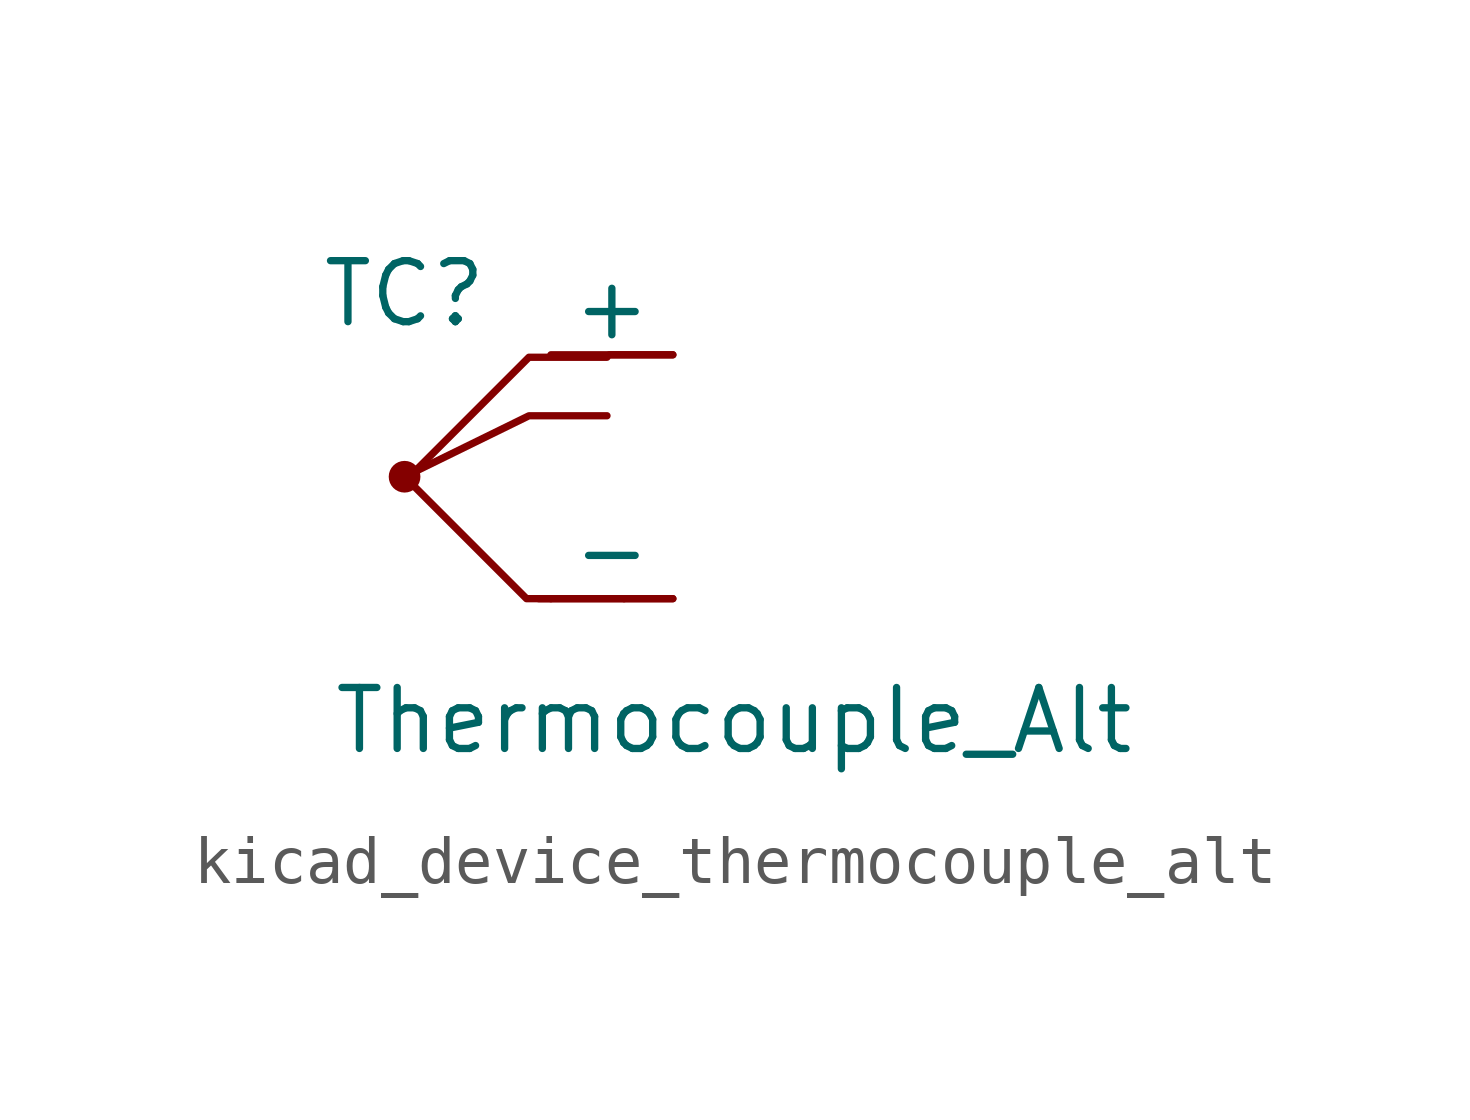
<source format=kicad_sym>
(kicad_symbol_lib
  (version 20220914)
  (generator kicad_symbol_editor)
  (symbol "kicad_device_thermocouple_alt"
    (pin_numbers hide)
    (pin_names
      (offset 0))
    (property "Reference" "TC"
      (at -3.048 3.81 0)
      (effects (font (size 1.27 1.27))))
    (property "Value" "Thermocouple_Alt"
      (at -4.572 -5.08 0)
      (effects (font (size 1.27 1.27)) (justify left)))
    (symbol "kicad_device_thermocouple_alt_0_1"
      (circle (center -3.048 0) (radius 0.254) (stroke (width 0) (type default)) (fill (type outline)))
      (polyline (pts (xy 0 -2.54) (xy -0.254 -2.54)) (stroke (width 0) (type default)) (fill (type none)))
      (polyline (pts (xy 1.219 2.54) (xy 2.54 2.54)) (stroke (width 0) (type default)) (fill (type none)))
      (polyline (pts (xy 1.524 -2.54) (xy 2.54 -2.54)) (stroke (width 0) (type default)) (fill (type none)))
      (polyline (pts (xy 1.168 1.27) (xy -0.457 1.27) (xy -3.048 0)) (stroke (width 0) (type default)) (fill (type none)))
      (polyline (pts (xy 1.168 2.489) (xy -0.457 2.489) (xy -2.997 -0.051)) (stroke (width 0) (type default)) (fill (type none)))
      (polyline (pts (xy 1.524 -2.54) (xy -0.508 -2.54) (xy -3.048 0)) (stroke (width 0) (type default)) (fill (type none))))
    (symbol "kicad_device_thermocouple_alt_1_1"
      (pin passive line (at 2.54 2.54 180) (length 2.54) (name "+" (effects (font (size 1.27 1.27)))) (number "1" (effects (font (size 1.27 1.27)))))
      (pin passive line (at 2.54 -2.54 180) (length 2.54) (name "-" (effects (font (size 1.27 1.27)))) (number "2" (effects (font (size 1.27 1.27))))))))
</source>
